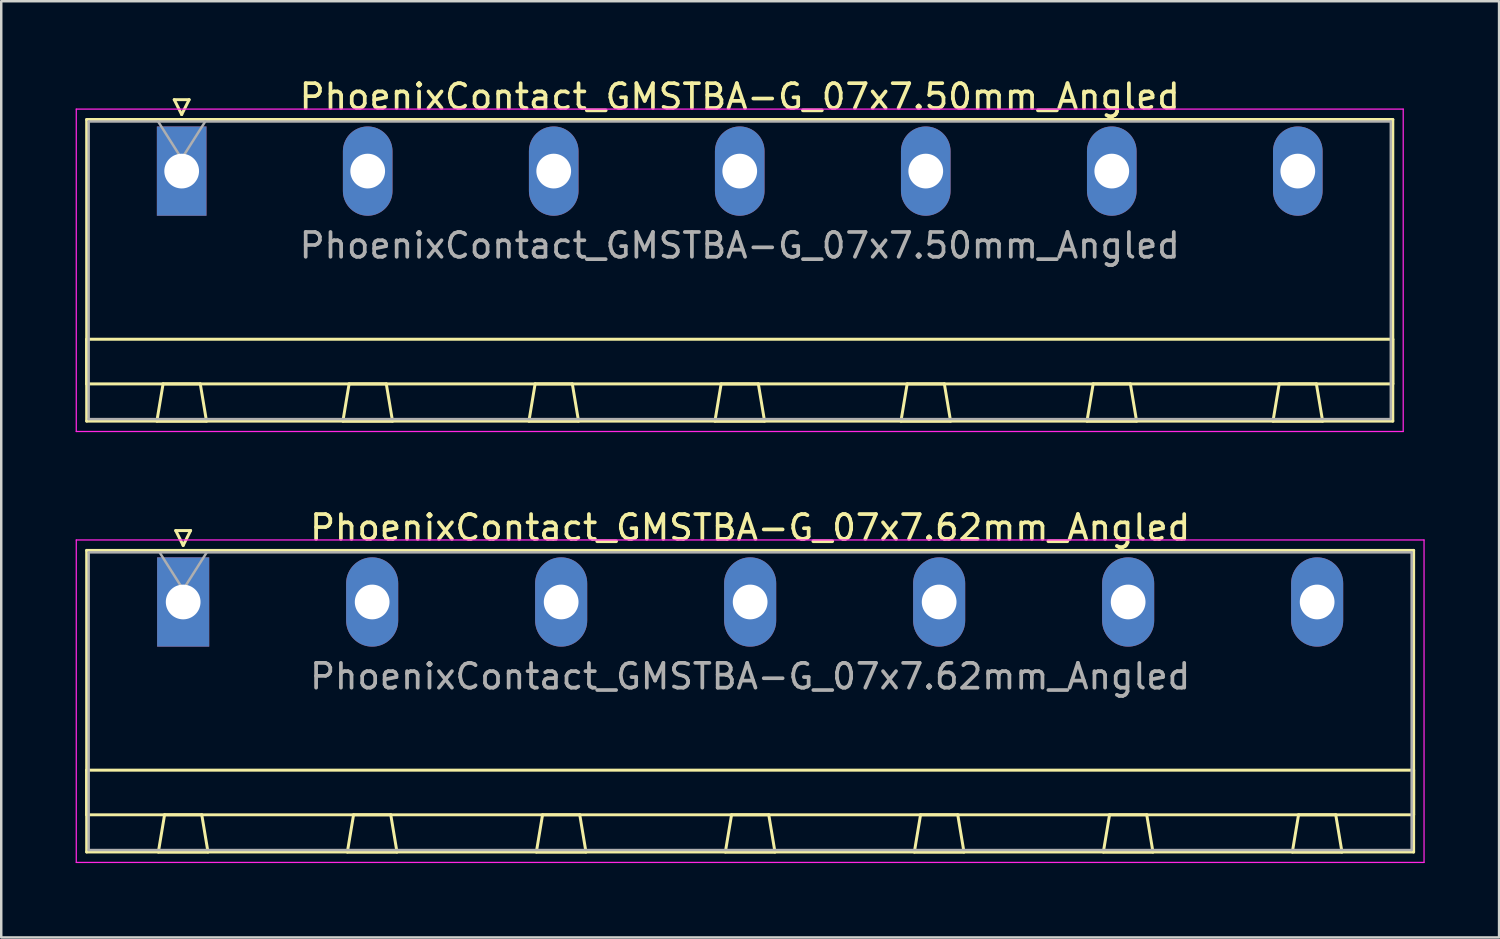
<source format=kicad_pcb>
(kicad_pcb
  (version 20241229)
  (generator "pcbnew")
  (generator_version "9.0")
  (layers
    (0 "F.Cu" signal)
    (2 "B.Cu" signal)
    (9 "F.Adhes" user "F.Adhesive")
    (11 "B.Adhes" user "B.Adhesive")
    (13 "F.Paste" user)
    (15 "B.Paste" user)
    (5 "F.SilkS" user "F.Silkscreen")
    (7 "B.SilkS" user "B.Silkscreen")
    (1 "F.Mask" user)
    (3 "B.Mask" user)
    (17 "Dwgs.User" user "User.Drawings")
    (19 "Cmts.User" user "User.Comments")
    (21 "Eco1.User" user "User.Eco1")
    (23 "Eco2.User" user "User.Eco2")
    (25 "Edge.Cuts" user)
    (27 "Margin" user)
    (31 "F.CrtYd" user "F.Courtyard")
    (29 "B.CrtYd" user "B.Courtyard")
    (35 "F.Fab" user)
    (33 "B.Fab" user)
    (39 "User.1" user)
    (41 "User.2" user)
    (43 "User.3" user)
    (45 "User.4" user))
  (footprint "PhoenixContact_GMSTBA-G_07x7.50mm_Angled"
    (layer "F.Cu")
    (at 4.275 3.848)
    (property "Reference" "PhoenixContact_GMSTBA-G_07x7.50mm_Angled" (at 22.5 -3 0) (layer "F.SilkS") (effects (font (size 1 1) (thickness 0.15))))
    (attr through_hole)
    (fp_line (start -3.83 -2.08) (end -3.83 10.08) (stroke (width 0.12) (type solid)) (layer "F.SilkS"))
    (fp_line (start -3.83 6.78) (end 48.83 6.78) (stroke (width 0.12) (type solid)) (layer "F.SilkS"))
    (fp_line (start -3.83 8.58) (end -3.83 6.78) (stroke (width 0.12) (type solid)) (layer "F.SilkS"))
    (fp_line (start -3.83 10.08) (end 48.83 10.08) (stroke (width 0.12) (type solid)) (layer "F.SilkS"))
    (fp_line (start -1 10.08) (end 1 10.08) (stroke (width 0.12) (type solid)) (layer "F.SilkS"))
    (fp_line (start -0.75 8.58) (end -1 10.08) (stroke (width 0.12) (type solid)) (layer "F.SilkS"))
    (fp_line (start -0.3 -2.88) (end 0.3 -2.88) (stroke (width 0.12) (type solid)) (layer "F.SilkS"))
    (fp_line (start 0 -2.28) (end -0.3 -2.88) (stroke (width 0.12) (type solid)) (layer "F.SilkS"))
    (fp_line (start 0.3 -2.88) (end 0 -2.28) (stroke (width 0.12) (type solid)) (layer "F.SilkS"))
    (fp_line (start 0.75 8.58) (end -0.75 8.58) (stroke (width 0.12) (type solid)) (layer "F.SilkS"))
    (fp_line (start 1 10.08) (end 0.75 8.58) (stroke (width 0.12) (type solid)) (layer "F.SilkS"))
    (fp_line (start 6.5 10.08) (end 8.5 10.08) (stroke (width 0.12) (type solid)) (layer "F.SilkS"))
    (fp_line (start 6.75 8.58) (end 6.5 10.08) (stroke (width 0.12) (type solid)) (layer "F.SilkS"))
    (fp_line (start 8.25 8.58) (end 6.75 8.58) (stroke (width 0.12) (type solid)) (layer "F.SilkS"))
    (fp_line (start 8.5 10.08) (end 8.25 8.58) (stroke (width 0.12) (type solid)) (layer "F.SilkS"))
    (fp_line (start 14 10.08) (end 16 10.08) (stroke (width 0.12) (type solid)) (layer "F.SilkS"))
    (fp_line (start 14.25 8.58) (end 14 10.08) (stroke (width 0.12) (type solid)) (layer "F.SilkS"))
    (fp_line (start 15.75 8.58) (end 14.25 8.58) (stroke (width 0.12) (type solid)) (layer "F.SilkS"))
    (fp_line (start 16 10.08) (end 15.75 8.58) (stroke (width 0.12) (type solid)) (layer "F.SilkS"))
    (fp_line (start 21.5 10.08) (end 23.5 10.08) (stroke (width 0.12) (type solid)) (layer "F.SilkS"))
    (fp_line (start 21.75 8.58) (end 21.5 10.08) (stroke (width 0.12) (type solid)) (layer "F.SilkS"))
    (fp_line (start 23.25 8.58) (end 21.75 8.58) (stroke (width 0.12) (type solid)) (layer "F.SilkS"))
    (fp_line (start 23.5 10.08) (end 23.25 8.58) (stroke (width 0.12) (type solid)) (layer "F.SilkS"))
    (fp_line (start 29 10.08) (end 31 10.08) (stroke (width 0.12) (type solid)) (layer "F.SilkS"))
    (fp_line (start 29.25 8.58) (end 29 10.08) (stroke (width 0.12) (type solid)) (layer "F.SilkS"))
    (fp_line (start 30.75 8.58) (end 29.25 8.58) (stroke (width 0.12) (type solid)) (layer "F.SilkS"))
    (fp_line (start 31 10.08) (end 30.75 8.58) (stroke (width 0.12) (type solid)) (layer "F.SilkS"))
    (fp_line (start 36.5 10.08) (end 38.5 10.08) (stroke (width 0.12) (type solid)) (layer "F.SilkS"))
    (fp_line (start 36.75 8.58) (end 36.5 10.08) (stroke (width 0.12) (type solid)) (layer "F.SilkS"))
    (fp_line (start 38.25 8.58) (end 36.75 8.58) (stroke (width 0.12) (type solid)) (layer "F.SilkS"))
    (fp_line (start 38.5 10.08) (end 38.25 8.58) (stroke (width 0.12) (type solid)) (layer "F.SilkS"))
    (fp_line (start 44 10.08) (end 46 10.08) (stroke (width 0.12) (type solid)) (layer "F.SilkS"))
    (fp_line (start 44.25 8.58) (end 44 10.08) (stroke (width 0.12) (type solid)) (layer "F.SilkS"))
    (fp_line (start 45.75 8.58) (end 44.25 8.58) (stroke (width 0.12) (type solid)) (layer "F.SilkS"))
    (fp_line (start 46 10.08) (end 45.75 8.58) (stroke (width 0.12) (type solid)) (layer "F.SilkS"))
    (fp_line (start 48.83 -2.08) (end -3.83 -2.08) (stroke (width 0.12) (type solid)) (layer "F.SilkS"))
    (fp_line (start 48.83 6.78) (end 48.83 8.58) (stroke (width 0.12) (type solid)) (layer "F.SilkS"))
    (fp_line (start 48.83 8.58) (end -3.83 8.58) (stroke (width 0.12) (type solid)) (layer "F.SilkS"))
    (fp_line (start 48.83 10.08) (end 48.83 -2.08) (stroke (width 0.12) (type solid)) (layer "F.SilkS"))
    (fp_line (start -4.25 -2.5) (end -4.25 10.5) (stroke (width 0.05) (type solid)) (layer "F.CrtYd"))
    (fp_line (start -4.25 10.5) (end 49.25 10.5) (stroke (width 0.05) (type solid)) (layer "F.CrtYd"))
    (fp_line (start 49.25 -2.5) (end -4.25 -2.5) (stroke (width 0.05) (type solid)) (layer "F.CrtYd"))
    (fp_line (start 49.25 10.5) (end 49.25 -2.5) (stroke (width 0.05) (type solid)) (layer "F.CrtYd"))
    (fp_line (start -3.75 -2) (end -3.75 10) (stroke (width 0.1) (type solid)) (layer "F.Fab"))
    (fp_line (start -3.75 10) (end 48.75 10) (stroke (width 0.1) (type solid)) (layer "F.Fab"))
    (fp_line (start 0 -0.5) (end -0.95 -2) (stroke (width 0.1) (type solid)) (layer "F.Fab"))
    (fp_line (start 0.95 -2) (end 0 -0.5) (stroke (width 0.1) (type solid)) (layer "F.Fab"))
    (fp_line (start 48.75 -2) (end -3.75 -2) (stroke (width 0.1) (type solid)) (layer "F.Fab"))
    (fp_line (start 48.75 10) (end 48.75 -2) (stroke (width 0.1) (type solid)) (layer "F.Fab"))
    (fp_text user "${REFERENCE}" (at 22.5 3 0) (layer "F.Fab") (effects (font (size 1 1) (thickness 0.15))))
    (pad "1" thru_hole rect (at 0 0) (size 2 3.6) (drill 1.4) (layers "*.Cu" "*.Mask"))
    (pad "2" thru_hole oval (at 7.5 0) (size 2 3.6) (drill 1.4) (layers "*.Cu" "*.Mask"))
    (pad "3" thru_hole oval (at 15 0) (size 2 3.6) (drill 1.4) (layers "*.Cu" "*.Mask"))
    (pad "4" thru_hole oval (at 22.5 0) (size 2 3.6) (drill 1.4) (layers "*.Cu" "*.Mask"))
    (pad "5" thru_hole oval (at 30 0) (size 2 3.6) (drill 1.4) (layers "*.Cu" "*.Mask"))
    (pad "6" thru_hole oval (at 37.5 0) (size 2 3.6) (drill 1.4) (layers "*.Cu" "*.Mask"))
    (pad "7" thru_hole oval (at 45 0) (size 2 3.6) (drill 1.4) (layers "*.Cu" "*.Mask")))
  (footprint "PhoenixContact_GMSTBA-G_07x7.62mm_Angled"
    (layer "F.Cu")
    (at 4.335 21.221)
    (property "Reference" "PhoenixContact_GMSTBA-G_07x7.62mm_Angled" (at 22.86 -3 0) (layer "F.SilkS") (effects (font (size 1 1) (thickness 0.15))))
    (attr through_hole)
    (fp_line (start -3.89 -2.08) (end -3.89 10.08) (stroke (width 0.12) (type solid)) (layer "F.SilkS"))
    (fp_line (start -3.89 6.78) (end 49.61 6.78) (stroke (width 0.12) (type solid)) (layer "F.SilkS"))
    (fp_line (start -3.89 8.58) (end -3.89 6.78) (stroke (width 0.12) (type solid)) (layer "F.SilkS"))
    (fp_line (start -3.89 10.08) (end 49.61 10.08) (stroke (width 0.12) (type solid)) (layer "F.SilkS"))
    (fp_line (start -1 10.08) (end 1 10.08) (stroke (width 0.12) (type solid)) (layer "F.SilkS"))
    (fp_line (start -0.75 8.58) (end -1 10.08) (stroke (width 0.12) (type solid)) (layer "F.SilkS"))
    (fp_line (start -0.3 -2.88) (end 0.3 -2.88) (stroke (width 0.12) (type solid)) (layer "F.SilkS"))
    (fp_line (start 0 -2.28) (end -0.3 -2.88) (stroke (width 0.12) (type solid)) (layer "F.SilkS"))
    (fp_line (start 0.3 -2.88) (end 0 -2.28) (stroke (width 0.12) (type solid)) (layer "F.SilkS"))
    (fp_line (start 0.75 8.58) (end -0.75 8.58) (stroke (width 0.12) (type solid)) (layer "F.SilkS"))
    (fp_line (start 1 10.08) (end 0.75 8.58) (stroke (width 0.12) (type solid)) (layer "F.SilkS"))
    (fp_line (start 6.62 10.08) (end 8.62 10.08) (stroke (width 0.12) (type solid)) (layer "F.SilkS"))
    (fp_line (start 6.87 8.58) (end 6.62 10.08) (stroke (width 0.12) (type solid)) (layer "F.SilkS"))
    (fp_line (start 8.37 8.58) (end 6.87 8.58) (stroke (width 0.12) (type solid)) (layer "F.SilkS"))
    (fp_line (start 8.62 10.08) (end 8.37 8.58) (stroke (width 0.12) (type solid)) (layer "F.SilkS"))
    (fp_line (start 14.24 10.08) (end 16.24 10.08) (stroke (width 0.12) (type solid)) (layer "F.SilkS"))
    (fp_line (start 14.49 8.58) (end 14.24 10.08) (stroke (width 0.12) (type solid)) (layer "F.SilkS"))
    (fp_line (start 15.99 8.58) (end 14.49 8.58) (stroke (width 0.12) (type solid)) (layer "F.SilkS"))
    (fp_line (start 16.24 10.08) (end 15.99 8.58) (stroke (width 0.12) (type solid)) (layer "F.SilkS"))
    (fp_line (start 21.86 10.08) (end 23.86 10.08) (stroke (width 0.12) (type solid)) (layer "F.SilkS"))
    (fp_line (start 22.11 8.58) (end 21.86 10.08) (stroke (width 0.12) (type solid)) (layer "F.SilkS"))
    (fp_line (start 23.61 8.58) (end 22.11 8.58) (stroke (width 0.12) (type solid)) (layer "F.SilkS"))
    (fp_line (start 23.86 10.08) (end 23.61 8.58) (stroke (width 0.12) (type solid)) (layer "F.SilkS"))
    (fp_line (start 29.48 10.08) (end 31.48 10.08) (stroke (width 0.12) (type solid)) (layer "F.SilkS"))
    (fp_line (start 29.73 8.58) (end 29.48 10.08) (stroke (width 0.12) (type solid)) (layer "F.SilkS"))
    (fp_line (start 31.23 8.58) (end 29.73 8.58) (stroke (width 0.12) (type solid)) (layer "F.SilkS"))
    (fp_line (start 31.48 10.08) (end 31.23 8.58) (stroke (width 0.12) (type solid)) (layer "F.SilkS"))
    (fp_line (start 37.1 10.08) (end 39.1 10.08) (stroke (width 0.12) (type solid)) (layer "F.SilkS"))
    (fp_line (start 37.35 8.58) (end 37.1 10.08) (stroke (width 0.12) (type solid)) (layer "F.SilkS"))
    (fp_line (start 38.85 8.58) (end 37.35 8.58) (stroke (width 0.12) (type solid)) (layer "F.SilkS"))
    (fp_line (start 39.1 10.08) (end 38.85 8.58) (stroke (width 0.12) (type solid)) (layer "F.SilkS"))
    (fp_line (start 44.72 10.08) (end 46.72 10.08) (stroke (width 0.12) (type solid)) (layer "F.SilkS"))
    (fp_line (start 44.97 8.58) (end 44.72 10.08) (stroke (width 0.12) (type solid)) (layer "F.SilkS"))
    (fp_line (start 46.47 8.58) (end 44.97 8.58) (stroke (width 0.12) (type solid)) (layer "F.SilkS"))
    (fp_line (start 46.72 10.08) (end 46.47 8.58) (stroke (width 0.12) (type solid)) (layer "F.SilkS"))
    (fp_line (start 49.61 -2.08) (end -3.89 -2.08) (stroke (width 0.12) (type solid)) (layer "F.SilkS"))
    (fp_line (start 49.61 6.78) (end 49.61 8.58) (stroke (width 0.12) (type solid)) (layer "F.SilkS"))
    (fp_line (start 49.61 8.58) (end -3.89 8.58) (stroke (width 0.12) (type solid)) (layer "F.SilkS"))
    (fp_line (start 49.61 10.08) (end 49.61 -2.08) (stroke (width 0.12) (type solid)) (layer "F.SilkS"))
    (fp_line (start -4.31 -2.5) (end -4.31 10.5) (stroke (width 0.05) (type solid)) (layer "F.CrtYd"))
    (fp_line (start -4.31 10.5) (end 50.03 10.5) (stroke (width 0.05) (type solid)) (layer "F.CrtYd"))
    (fp_line (start 50.03 -2.5) (end -4.31 -2.5) (stroke (width 0.05) (type solid)) (layer "F.CrtYd"))
    (fp_line (start 50.03 10.5) (end 50.03 -2.5) (stroke (width 0.05) (type solid)) (layer "F.CrtYd"))
    (fp_line (start -3.81 -2) (end -3.81 10) (stroke (width 0.1) (type solid)) (layer "F.Fab"))
    (fp_line (start -3.81 10) (end 49.53 10) (stroke (width 0.1) (type solid)) (layer "F.Fab"))
    (fp_line (start 0 -0.5) (end -0.95 -2) (stroke (width 0.1) (type solid)) (layer "F.Fab"))
    (fp_line (start 0.95 -2) (end 0 -0.5) (stroke (width 0.1) (type solid)) (layer "F.Fab"))
    (fp_line (start 49.53 -2) (end -3.81 -2) (stroke (width 0.1) (type solid)) (layer "F.Fab"))
    (fp_line (start 49.53 10) (end 49.53 -2) (stroke (width 0.1) (type solid)) (layer "F.Fab"))
    (fp_text user "${REFERENCE}" (at 22.86 3 0) (layer "F.Fab") (effects (font (size 1 1) (thickness 0.15))))
    (pad "1" thru_hole rect (at 0 0) (size 2.1 3.6) (drill 1.4) (layers "*.Cu" "*.Mask"))
    (pad "2" thru_hole oval (at 7.62 0) (size 2.1 3.6) (drill 1.4) (layers "*.Cu" "*.Mask"))
    (pad "3" thru_hole oval (at 15.24 0) (size 2.1 3.6) (drill 1.4) (layers "*.Cu" "*.Mask"))
    (pad "4" thru_hole oval (at 22.86 0) (size 2.1 3.6) (drill 1.4) (layers "*.Cu" "*.Mask"))
    (pad "5" thru_hole oval (at 30.48 0) (size 2.1 3.6) (drill 1.4) (layers "*.Cu" "*.Mask"))
    (pad "6" thru_hole oval (at 38.1 0) (size 2.1 3.6) (drill 1.4) (layers "*.Cu" "*.Mask"))
    (pad "7" thru_hole oval (at 45.72 0) (size 2.1 3.6) (drill 1.4) (layers "*.Cu" "*.Mask")))
  (gr_rect
    (start -3 -3)
    (end 57.39 34.746)
    (stroke (width 0.1) (type default))
    (fill no)
    (layer "Edge.Cuts")))
</source>
